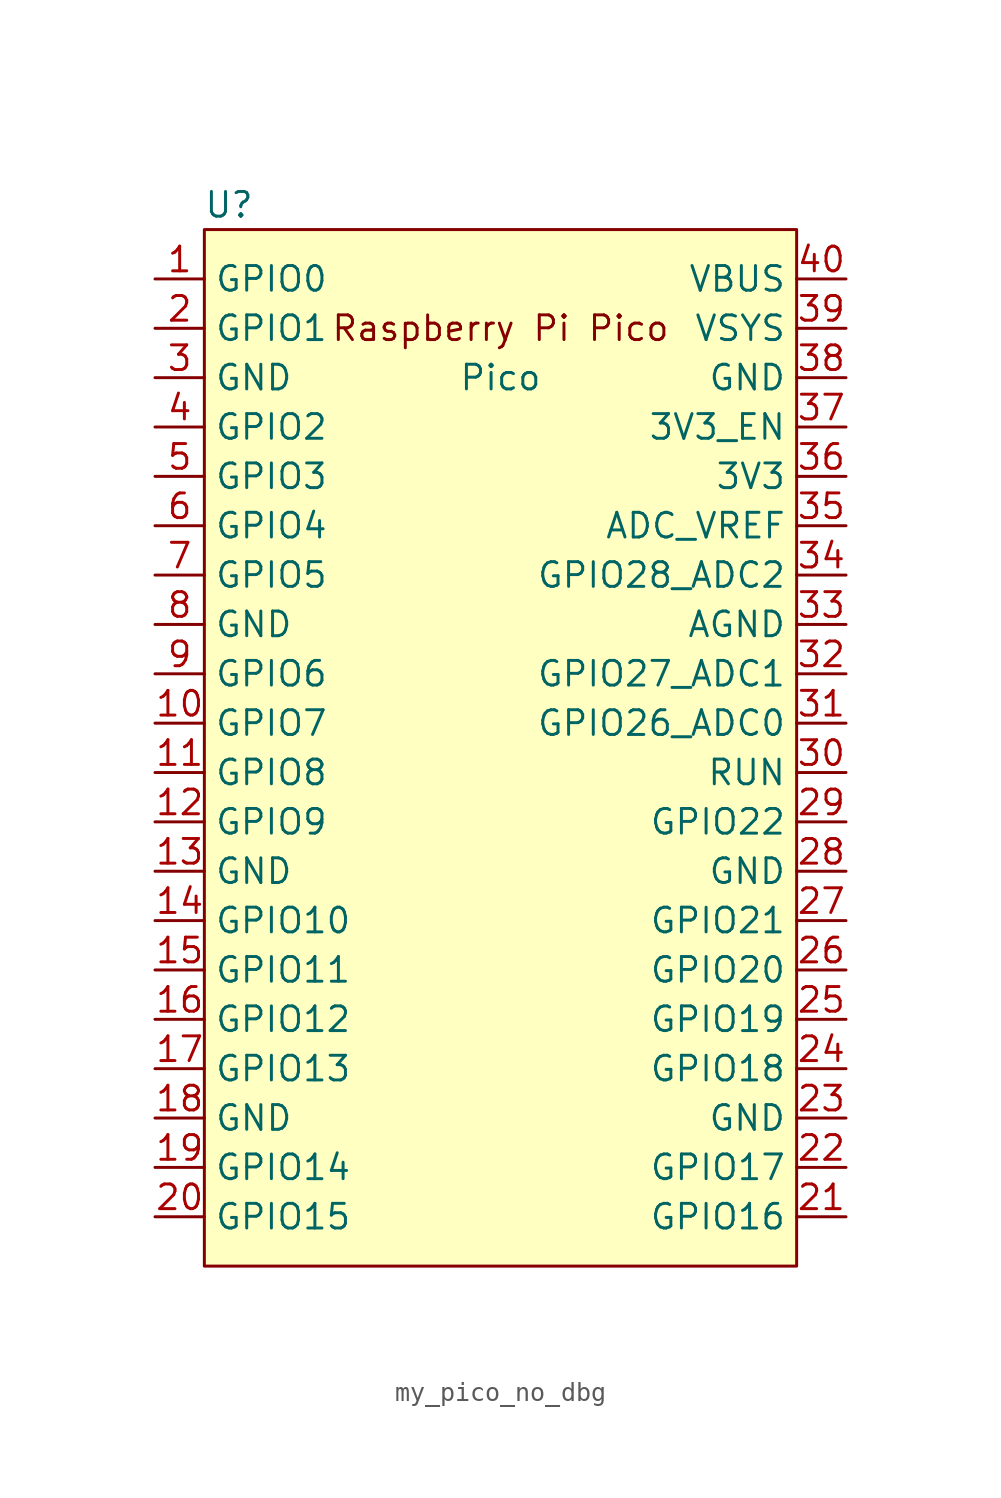
<source format=kicad_sym>
(kicad_symbol_lib
  (version 20220914)
  (generator kicad_symbol_editor)
  (symbol "my_pico_no_dbg"
    (property "Reference" "U"
      (at -13.97 27.94 0)
      (effects (font (size 1.27 1.27))))
    (property "Value" "Pico"
      (at 0 19.05 0)
      (effects (font (size 1.27 1.27))))
    (symbol "my_pico_no_dbg_0_0"
      (text "Raspberry Pi Pico" (at 0 21.59 0) (effects (font (size 1.27 1.27)))))
    (symbol "my_pico_no_dbg_0_1"
      (rectangle (start -15.24 26.67) (end 15.24 -26.67) (stroke (width 0) (type default)) (fill (type background))))
    (symbol "my_pico_no_dbg_1_1"
      (pin bidirectional line (at -17.78 24.13 0) (length 2.54) (name "GPIO0" (effects (font (size 1.27 1.27)))) (number "1" (effects (font (size 1.27 1.27)))))
      (pin bidirectional line (at -17.78 1.27 0) (length 2.54) (name "GPIO7" (effects (font (size 1.27 1.27)))) (number "10" (effects (font (size 1.27 1.27)))))
      (pin bidirectional line (at -17.78 -1.27 0) (length 2.54) (name "GPIO8" (effects (font (size 1.27 1.27)))) (number "11" (effects (font (size 1.27 1.27)))))
      (pin bidirectional line (at -17.78 -3.81 0) (length 2.54) (name "GPIO9" (effects (font (size 1.27 1.27)))) (number "12" (effects (font (size 1.27 1.27)))))
      (pin power_in line (at -17.78 -6.35 0) (length 2.54) (name "GND" (effects (font (size 1.27 1.27)))) (number "13" (effects (font (size 1.27 1.27)))))
      (pin bidirectional line (at -17.78 -8.89 0) (length 2.54) (name "GPIO10" (effects (font (size 1.27 1.27)))) (number "14" (effects (font (size 1.27 1.27)))))
      (pin bidirectional line (at -17.78 -11.43 0) (length 2.54) (name "GPIO11" (effects (font (size 1.27 1.27)))) (number "15" (effects (font (size 1.27 1.27)))))
      (pin bidirectional line (at -17.78 -13.97 0) (length 2.54) (name "GPIO12" (effects (font (size 1.27 1.27)))) (number "16" (effects (font (size 1.27 1.27)))))
      (pin bidirectional line (at -17.78 -16.51 0) (length 2.54) (name "GPIO13" (effects (font (size 1.27 1.27)))) (number "17" (effects (font (size 1.27 1.27)))))
      (pin power_in line (at -17.78 -19.05 0) (length 2.54) (name "GND" (effects (font (size 1.27 1.27)))) (number "18" (effects (font (size 1.27 1.27)))))
      (pin bidirectional line (at -17.78 -21.59 0) (length 2.54) (name "GPIO14" (effects (font (size 1.27 1.27)))) (number "19" (effects (font (size 1.27 1.27)))))
      (pin bidirectional line (at -17.78 21.59 0) (length 2.54) (name "GPIO1" (effects (font (size 1.27 1.27)))) (number "2" (effects (font (size 1.27 1.27)))))
      (pin bidirectional line (at -17.78 -24.13 0) (length 2.54) (name "GPIO15" (effects (font (size 1.27 1.27)))) (number "20" (effects (font (size 1.27 1.27)))))
      (pin bidirectional line (at 17.78 -24.13 180) (length 2.54) (name "GPIO16" (effects (font (size 1.27 1.27)))) (number "21" (effects (font (size 1.27 1.27)))))
      (pin bidirectional line (at 17.78 -21.59 180) (length 2.54) (name "GPIO17" (effects (font (size 1.27 1.27)))) (number "22" (effects (font (size 1.27 1.27)))))
      (pin power_in line (at 17.78 -19.05 180) (length 2.54) (name "GND" (effects (font (size 1.27 1.27)))) (number "23" (effects (font (size 1.27 1.27)))))
      (pin bidirectional line (at 17.78 -16.51 180) (length 2.54) (name "GPIO18" (effects (font (size 1.27 1.27)))) (number "24" (effects (font (size 1.27 1.27)))))
      (pin bidirectional line (at 17.78 -13.97 180) (length 2.54) (name "GPIO19" (effects (font (size 1.27 1.27)))) (number "25" (effects (font (size 1.27 1.27)))))
      (pin bidirectional line (at 17.78 -11.43 180) (length 2.54) (name "GPIO20" (effects (font (size 1.27 1.27)))) (number "26" (effects (font (size 1.27 1.27)))))
      (pin bidirectional line (at 17.78 -8.89 180) (length 2.54) (name "GPIO21" (effects (font (size 1.27 1.27)))) (number "27" (effects (font (size 1.27 1.27)))))
      (pin power_in line (at 17.78 -6.35 180) (length 2.54) (name "GND" (effects (font (size 1.27 1.27)))) (number "28" (effects (font (size 1.27 1.27)))))
      (pin bidirectional line (at 17.78 -3.81 180) (length 2.54) (name "GPIO22" (effects (font (size 1.27 1.27)))) (number "29" (effects (font (size 1.27 1.27)))))
      (pin power_in line (at -17.78 19.05 0) (length 2.54) (name "GND" (effects (font (size 1.27 1.27)))) (number "3" (effects (font (size 1.27 1.27)))))
      (pin input line (at 17.78 -1.27 180) (length 2.54) (name "RUN" (effects (font (size 1.27 1.27)))) (number "30" (effects (font (size 1.27 1.27)))))
      (pin bidirectional line (at 17.78 1.27 180) (length 2.54) (name "GPIO26_ADC0" (effects (font (size 1.27 1.27)))) (number "31" (effects (font (size 1.27 1.27)))))
      (pin bidirectional line (at 17.78 3.81 180) (length 2.54) (name "GPIO27_ADC1" (effects (font (size 1.27 1.27)))) (number "32" (effects (font (size 1.27 1.27)))))
      (pin power_in line (at 17.78 6.35 180) (length 2.54) (name "AGND" (effects (font (size 1.27 1.27)))) (number "33" (effects (font (size 1.27 1.27)))))
      (pin bidirectional line (at 17.78 8.89 180) (length 2.54) (name "GPIO28_ADC2" (effects (font (size 1.27 1.27)))) (number "34" (effects (font (size 1.27 1.27)))))
      (pin power_in line (at 17.78 11.43 180) (length 2.54) (name "ADC_VREF" (effects (font (size 1.27 1.27)))) (number "35" (effects (font (size 1.27 1.27)))))
      (pin power_out line (at 17.78 13.97 180) (length 2.54) (name "3V3" (effects (font (size 1.27 1.27)))) (number "36" (effects (font (size 1.27 1.27)))))
      (pin input line (at 17.78 16.51 180) (length 2.54) (name "3V3_EN" (effects (font (size 1.27 1.27)))) (number "37" (effects (font (size 1.27 1.27)))))
      (pin power_in line (at 17.78 19.05 180) (length 2.54) (name "GND" (effects (font (size 1.27 1.27)))) (number "38" (effects (font (size 1.27 1.27)))))
      (pin power_in line (at 17.78 21.59 180) (length 2.54) (name "VSYS" (effects (font (size 1.27 1.27)))) (number "39" (effects (font (size 1.27 1.27)))))
      (pin bidirectional line (at -17.78 16.51 0) (length 2.54) (name "GPIO2" (effects (font (size 1.27 1.27)))) (number "4" (effects (font (size 1.27 1.27)))))
      (pin power_in line (at 17.78 24.13 180) (length 2.54) (name "VBUS" (effects (font (size 1.27 1.27)))) (number "40" (effects (font (size 1.27 1.27)))))
      (pin bidirectional line (at -17.78 13.97 0) (length 2.54) (name "GPIO3" (effects (font (size 1.27 1.27)))) (number "5" (effects (font (size 1.27 1.27)))))
      (pin bidirectional line (at -17.78 11.43 0) (length 2.54) (name "GPIO4" (effects (font (size 1.27 1.27)))) (number "6" (effects (font (size 1.27 1.27)))))
      (pin bidirectional line (at -17.78 8.89 0) (length 2.54) (name "GPIO5" (effects (font (size 1.27 1.27)))) (number "7" (effects (font (size 1.27 1.27)))))
      (pin power_in line (at -17.78 6.35 0) (length 2.54) (name "GND" (effects (font (size 1.27 1.27)))) (number "8" (effects (font (size 1.27 1.27)))))
      (pin bidirectional line (at -17.78 3.81 0) (length 2.54) (name "GPIO6" (effects (font (size 1.27 1.27)))) (number "9" (effects (font (size 1.27 1.27))))))))
</source>
